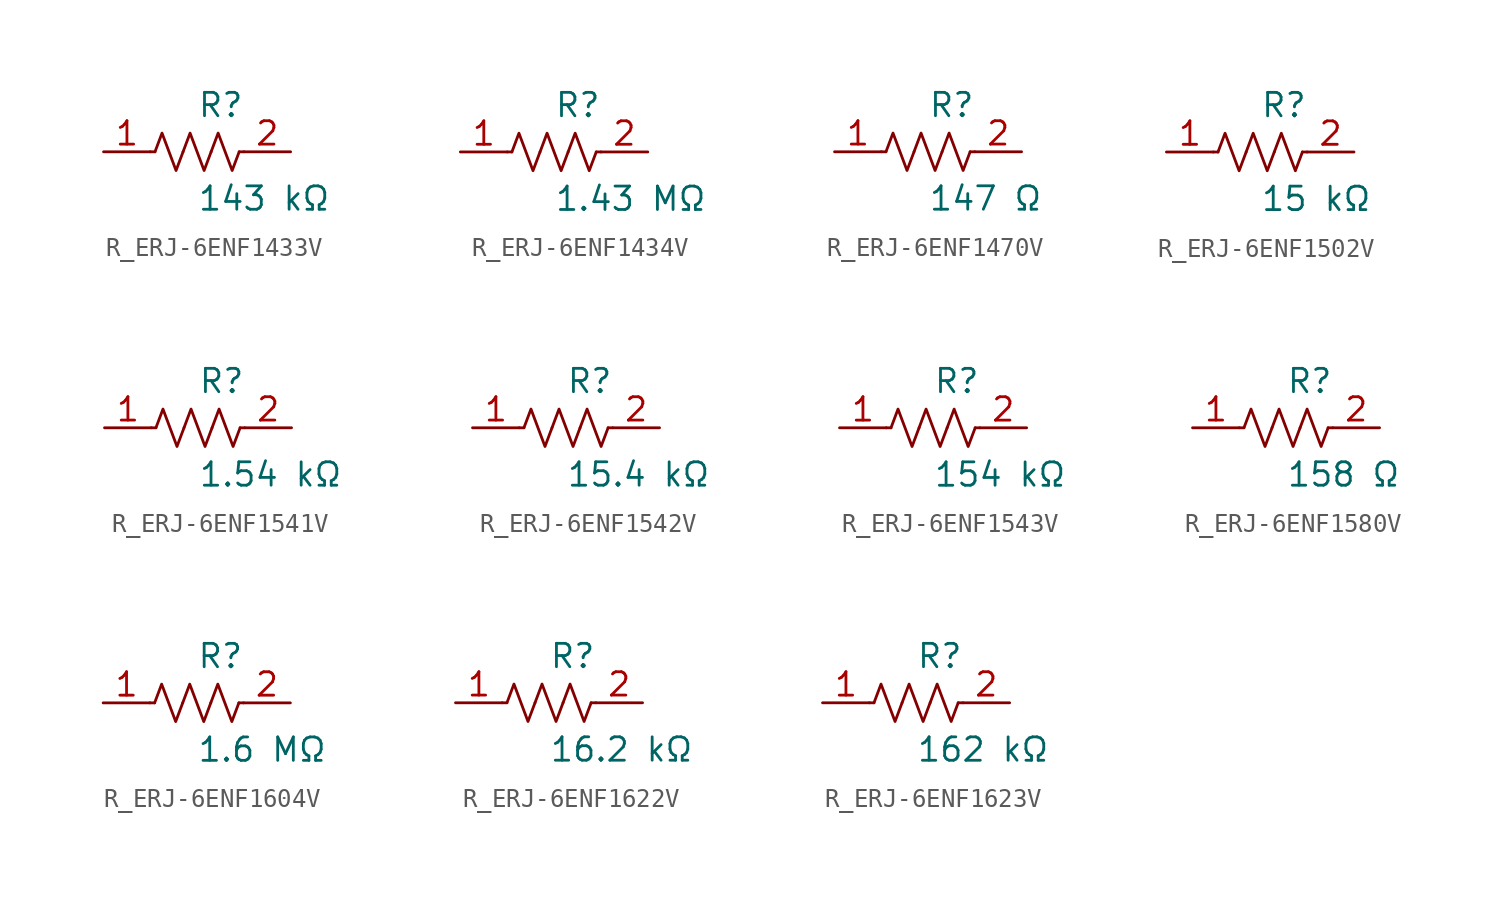
<source format=kicad_sym>
(kicad_symbol_lib
  (version 20231120)
  (generator kicad_symbol_editor)
  (generator_version 8.0)
  (symbol "R_ERJ-6ENF1433V"
    (pin_names
      (offset 0.254))
    (property "Reference" "R"
      (at 0.0 2.54 0)
      (effects (font (size 1.27 1.27)) (justify left)))
    (property "Value" "143 kΩ"
      (at 0.0 -2.54 0)
      (effects (font (size 1.27 1.27)) (justify left)))
    (symbol "R_ERJ-6ENF1433V_0_1"
      (polyline (pts (xy 2.286 0) (xy 2.54 0)) (stroke (width 0) (type default)) (fill (type none)))
      (polyline (pts (xy -2.286 0) (xy -2.54 0)) (stroke (width 0) (type default)) (fill (type none)))
      (polyline (pts (xy 0.762 0) (xy 1.143 1.016) (xy 1.524 0) (xy 1.905 -1.016) (xy 2.286 0)) (stroke (width 0) (type default)) (fill (type none)))
      (polyline (pts (xy -0.762 0) (xy -0.381 1.016) (xy 0 0) (xy 0.381 -1.016) (xy 0.762 0)) (stroke (width 0) (type default)) (fill (type none)))
      (polyline (pts (xy -2.286 0) (xy -1.905 1.016) (xy -1.524 0) (xy -1.143 -1.016) (xy -0.762 0)) (stroke (width 0) (type default)) (fill (type none))))
    (pin unspecified line
      (at -5.08 0 0)
      (length 2.54)
      (name "" (effects (font (size 1.27 1.27))))
      (number "1" (effects (font (size 1.27 1.27)))))
    (pin unspecified line
      (at 5.08 0 180)
      (length 2.54)
      (name "" (effects (font (size 1.27 1.27))))
      (number "2" (effects (font (size 1.27 1.27))))))
  (symbol "R_ERJ-6ENF1434V"
    (pin_names
      (offset 0.254))
    (property "Reference" "R"
      (at 0.0 2.54 0)
      (effects (font (size 1.27 1.27)) (justify left)))
    (property "Value" "1.43 MΩ"
      (at 0.0 -2.54 0)
      (effects (font (size 1.27 1.27)) (justify left)))
    (symbol "R_ERJ-6ENF1434V_0_1"
      (polyline (pts (xy 2.286 0) (xy 2.54 0)) (stroke (width 0) (type default)) (fill (type none)))
      (polyline (pts (xy -2.286 0) (xy -2.54 0)) (stroke (width 0) (type default)) (fill (type none)))
      (polyline (pts (xy 0.762 0) (xy 1.143 1.016) (xy 1.524 0) (xy 1.905 -1.016) (xy 2.286 0)) (stroke (width 0) (type default)) (fill (type none)))
      (polyline (pts (xy -0.762 0) (xy -0.381 1.016) (xy 0 0) (xy 0.381 -1.016) (xy 0.762 0)) (stroke (width 0) (type default)) (fill (type none)))
      (polyline (pts (xy -2.286 0) (xy -1.905 1.016) (xy -1.524 0) (xy -1.143 -1.016) (xy -0.762 0)) (stroke (width 0) (type default)) (fill (type none))))
    (pin unspecified line
      (at -5.08 0 0)
      (length 2.54)
      (name "" (effects (font (size 1.27 1.27))))
      (number "1" (effects (font (size 1.27 1.27)))))
    (pin unspecified line
      (at 5.08 0 180)
      (length 2.54)
      (name "" (effects (font (size 1.27 1.27))))
      (number "2" (effects (font (size 1.27 1.27))))))
  (symbol "R_ERJ-6ENF1470V"
    (pin_names
      (offset 0.254))
    (property "Reference" "R"
      (at 0.0 2.54 0)
      (effects (font (size 1.27 1.27)) (justify left)))
    (property "Value" "147 Ω"
      (at 0.0 -2.54 0)
      (effects (font (size 1.27 1.27)) (justify left)))
    (symbol "R_ERJ-6ENF1470V_0_1"
      (polyline (pts (xy 2.286 0) (xy 2.54 0)) (stroke (width 0) (type default)) (fill (type none)))
      (polyline (pts (xy -2.286 0) (xy -2.54 0)) (stroke (width 0) (type default)) (fill (type none)))
      (polyline (pts (xy 0.762 0) (xy 1.143 1.016) (xy 1.524 0) (xy 1.905 -1.016) (xy 2.286 0)) (stroke (width 0) (type default)) (fill (type none)))
      (polyline (pts (xy -0.762 0) (xy -0.381 1.016) (xy 0 0) (xy 0.381 -1.016) (xy 0.762 0)) (stroke (width 0) (type default)) (fill (type none)))
      (polyline (pts (xy -2.286 0) (xy -1.905 1.016) (xy -1.524 0) (xy -1.143 -1.016) (xy -0.762 0)) (stroke (width 0) (type default)) (fill (type none))))
    (pin unspecified line
      (at -5.08 0 0)
      (length 2.54)
      (name "" (effects (font (size 1.27 1.27))))
      (number "1" (effects (font (size 1.27 1.27)))))
    (pin unspecified line
      (at 5.08 0 180)
      (length 2.54)
      (name "" (effects (font (size 1.27 1.27))))
      (number "2" (effects (font (size 1.27 1.27))))))
  (symbol "R_ERJ-6ENF1502V"
    (pin_names
      (offset 0.254))
    (property "Reference" "R"
      (at 0.0 2.54 0)
      (effects (font (size 1.27 1.27)) (justify left)))
    (property "Value" "15 kΩ"
      (at 0.0 -2.54 0)
      (effects (font (size 1.27 1.27)) (justify left)))
    (symbol "R_ERJ-6ENF1502V_0_1"
      (polyline (pts (xy 2.286 0) (xy 2.54 0)) (stroke (width 0) (type default)) (fill (type none)))
      (polyline (pts (xy -2.286 0) (xy -2.54 0)) (stroke (width 0) (type default)) (fill (type none)))
      (polyline (pts (xy 0.762 0) (xy 1.143 1.016) (xy 1.524 0) (xy 1.905 -1.016) (xy 2.286 0)) (stroke (width 0) (type default)) (fill (type none)))
      (polyline (pts (xy -0.762 0) (xy -0.381 1.016) (xy 0 0) (xy 0.381 -1.016) (xy 0.762 0)) (stroke (width 0) (type default)) (fill (type none)))
      (polyline (pts (xy -2.286 0) (xy -1.905 1.016) (xy -1.524 0) (xy -1.143 -1.016) (xy -0.762 0)) (stroke (width 0) (type default)) (fill (type none))))
    (pin unspecified line
      (at -5.08 0 0)
      (length 2.54)
      (name "" (effects (font (size 1.27 1.27))))
      (number "1" (effects (font (size 1.27 1.27)))))
    (pin unspecified line
      (at 5.08 0 180)
      (length 2.54)
      (name "" (effects (font (size 1.27 1.27))))
      (number "2" (effects (font (size 1.27 1.27))))))
  (symbol "R_ERJ-6ENF1541V"
    (pin_names
      (offset 0.254))
    (property "Reference" "R"
      (at 0.0 2.54 0)
      (effects (font (size 1.27 1.27)) (justify left)))
    (property "Value" "1.54 kΩ"
      (at 0.0 -2.54 0)
      (effects (font (size 1.27 1.27)) (justify left)))
    (symbol "R_ERJ-6ENF1541V_0_1"
      (polyline (pts (xy 2.286 0) (xy 2.54 0)) (stroke (width 0) (type default)) (fill (type none)))
      (polyline (pts (xy -2.286 0) (xy -2.54 0)) (stroke (width 0) (type default)) (fill (type none)))
      (polyline (pts (xy 0.762 0) (xy 1.143 1.016) (xy 1.524 0) (xy 1.905 -1.016) (xy 2.286 0)) (stroke (width 0) (type default)) (fill (type none)))
      (polyline (pts (xy -0.762 0) (xy -0.381 1.016) (xy 0 0) (xy 0.381 -1.016) (xy 0.762 0)) (stroke (width 0) (type default)) (fill (type none)))
      (polyline (pts (xy -2.286 0) (xy -1.905 1.016) (xy -1.524 0) (xy -1.143 -1.016) (xy -0.762 0)) (stroke (width 0) (type default)) (fill (type none))))
    (pin unspecified line
      (at -5.08 0 0)
      (length 2.54)
      (name "" (effects (font (size 1.27 1.27))))
      (number "1" (effects (font (size 1.27 1.27)))))
    (pin unspecified line
      (at 5.08 0 180)
      (length 2.54)
      (name "" (effects (font (size 1.27 1.27))))
      (number "2" (effects (font (size 1.27 1.27))))))
  (symbol "R_ERJ-6ENF1542V"
    (pin_names
      (offset 0.254))
    (property "Reference" "R"
      (at 0.0 2.54 0)
      (effects (font (size 1.27 1.27)) (justify left)))
    (property "Value" "15.4 kΩ"
      (at 0.0 -2.54 0)
      (effects (font (size 1.27 1.27)) (justify left)))
    (symbol "R_ERJ-6ENF1542V_0_1"
      (polyline (pts (xy 2.286 0) (xy 2.54 0)) (stroke (width 0) (type default)) (fill (type none)))
      (polyline (pts (xy -2.286 0) (xy -2.54 0)) (stroke (width 0) (type default)) (fill (type none)))
      (polyline (pts (xy 0.762 0) (xy 1.143 1.016) (xy 1.524 0) (xy 1.905 -1.016) (xy 2.286 0)) (stroke (width 0) (type default)) (fill (type none)))
      (polyline (pts (xy -0.762 0) (xy -0.381 1.016) (xy 0 0) (xy 0.381 -1.016) (xy 0.762 0)) (stroke (width 0) (type default)) (fill (type none)))
      (polyline (pts (xy -2.286 0) (xy -1.905 1.016) (xy -1.524 0) (xy -1.143 -1.016) (xy -0.762 0)) (stroke (width 0) (type default)) (fill (type none))))
    (pin unspecified line
      (at -5.08 0 0)
      (length 2.54)
      (name "" (effects (font (size 1.27 1.27))))
      (number "1" (effects (font (size 1.27 1.27)))))
    (pin unspecified line
      (at 5.08 0 180)
      (length 2.54)
      (name "" (effects (font (size 1.27 1.27))))
      (number "2" (effects (font (size 1.27 1.27))))))
  (symbol "R_ERJ-6ENF1543V"
    (pin_names
      (offset 0.254))
    (property "Reference" "R"
      (at 0.0 2.54 0)
      (effects (font (size 1.27 1.27)) (justify left)))
    (property "Value" "154 kΩ"
      (at 0.0 -2.54 0)
      (effects (font (size 1.27 1.27)) (justify left)))
    (symbol "R_ERJ-6ENF1543V_0_1"
      (polyline (pts (xy 2.286 0) (xy 2.54 0)) (stroke (width 0) (type default)) (fill (type none)))
      (polyline (pts (xy -2.286 0) (xy -2.54 0)) (stroke (width 0) (type default)) (fill (type none)))
      (polyline (pts (xy 0.762 0) (xy 1.143 1.016) (xy 1.524 0) (xy 1.905 -1.016) (xy 2.286 0)) (stroke (width 0) (type default)) (fill (type none)))
      (polyline (pts (xy -0.762 0) (xy -0.381 1.016) (xy 0 0) (xy 0.381 -1.016) (xy 0.762 0)) (stroke (width 0) (type default)) (fill (type none)))
      (polyline (pts (xy -2.286 0) (xy -1.905 1.016) (xy -1.524 0) (xy -1.143 -1.016) (xy -0.762 0)) (stroke (width 0) (type default)) (fill (type none))))
    (pin unspecified line
      (at -5.08 0 0)
      (length 2.54)
      (name "" (effects (font (size 1.27 1.27))))
      (number "1" (effects (font (size 1.27 1.27)))))
    (pin unspecified line
      (at 5.08 0 180)
      (length 2.54)
      (name "" (effects (font (size 1.27 1.27))))
      (number "2" (effects (font (size 1.27 1.27))))))
  (symbol "R_ERJ-6ENF1580V"
    (pin_names
      (offset 0.254))
    (property "Reference" "R"
      (at 0.0 2.54 0)
      (effects (font (size 1.27 1.27)) (justify left)))
    (property "Value" "158 Ω"
      (at 0.0 -2.54 0)
      (effects (font (size 1.27 1.27)) (justify left)))
    (symbol "R_ERJ-6ENF1580V_0_1"
      (polyline (pts (xy 2.286 0) (xy 2.54 0)) (stroke (width 0) (type default)) (fill (type none)))
      (polyline (pts (xy -2.286 0) (xy -2.54 0)) (stroke (width 0) (type default)) (fill (type none)))
      (polyline (pts (xy 0.762 0) (xy 1.143 1.016) (xy 1.524 0) (xy 1.905 -1.016) (xy 2.286 0)) (stroke (width 0) (type default)) (fill (type none)))
      (polyline (pts (xy -0.762 0) (xy -0.381 1.016) (xy 0 0) (xy 0.381 -1.016) (xy 0.762 0)) (stroke (width 0) (type default)) (fill (type none)))
      (polyline (pts (xy -2.286 0) (xy -1.905 1.016) (xy -1.524 0) (xy -1.143 -1.016) (xy -0.762 0)) (stroke (width 0) (type default)) (fill (type none))))
    (pin unspecified line
      (at -5.08 0 0)
      (length 2.54)
      (name "" (effects (font (size 1.27 1.27))))
      (number "1" (effects (font (size 1.27 1.27)))))
    (pin unspecified line
      (at 5.08 0 180)
      (length 2.54)
      (name "" (effects (font (size 1.27 1.27))))
      (number "2" (effects (font (size 1.27 1.27))))))
  (symbol "R_ERJ-6ENF1604V"
    (pin_names
      (offset 0.254))
    (property "Reference" "R"
      (at 0.0 2.54 0)
      (effects (font (size 1.27 1.27)) (justify left)))
    (property "Value" "1.6 MΩ"
      (at 0.0 -2.54 0)
      (effects (font (size 1.27 1.27)) (justify left)))
    (symbol "R_ERJ-6ENF1604V_0_1"
      (polyline (pts (xy 2.286 0) (xy 2.54 0)) (stroke (width 0) (type default)) (fill (type none)))
      (polyline (pts (xy -2.286 0) (xy -2.54 0)) (stroke (width 0) (type default)) (fill (type none)))
      (polyline (pts (xy 0.762 0) (xy 1.143 1.016) (xy 1.524 0) (xy 1.905 -1.016) (xy 2.286 0)) (stroke (width 0) (type default)) (fill (type none)))
      (polyline (pts (xy -0.762 0) (xy -0.381 1.016) (xy 0 0) (xy 0.381 -1.016) (xy 0.762 0)) (stroke (width 0) (type default)) (fill (type none)))
      (polyline (pts (xy -2.286 0) (xy -1.905 1.016) (xy -1.524 0) (xy -1.143 -1.016) (xy -0.762 0)) (stroke (width 0) (type default)) (fill (type none))))
    (pin unspecified line
      (at -5.08 0 0)
      (length 2.54)
      (name "" (effects (font (size 1.27 1.27))))
      (number "1" (effects (font (size 1.27 1.27)))))
    (pin unspecified line
      (at 5.08 0 180)
      (length 2.54)
      (name "" (effects (font (size 1.27 1.27))))
      (number "2" (effects (font (size 1.27 1.27))))))
  (symbol "R_ERJ-6ENF1622V"
    (pin_names
      (offset 0.254))
    (property "Reference" "R"
      (at 0.0 2.54 0)
      (effects (font (size 1.27 1.27)) (justify left)))
    (property "Value" "16.2 kΩ"
      (at 0.0 -2.54 0)
      (effects (font (size 1.27 1.27)) (justify left)))
    (symbol "R_ERJ-6ENF1622V_0_1"
      (polyline (pts (xy 2.286 0) (xy 2.54 0)) (stroke (width 0) (type default)) (fill (type none)))
      (polyline (pts (xy -2.286 0) (xy -2.54 0)) (stroke (width 0) (type default)) (fill (type none)))
      (polyline (pts (xy 0.762 0) (xy 1.143 1.016) (xy 1.524 0) (xy 1.905 -1.016) (xy 2.286 0)) (stroke (width 0) (type default)) (fill (type none)))
      (polyline (pts (xy -0.762 0) (xy -0.381 1.016) (xy 0 0) (xy 0.381 -1.016) (xy 0.762 0)) (stroke (width 0) (type default)) (fill (type none)))
      (polyline (pts (xy -2.286 0) (xy -1.905 1.016) (xy -1.524 0) (xy -1.143 -1.016) (xy -0.762 0)) (stroke (width 0) (type default)) (fill (type none))))
    (pin unspecified line
      (at -5.08 0 0)
      (length 2.54)
      (name "" (effects (font (size 1.27 1.27))))
      (number "1" (effects (font (size 1.27 1.27)))))
    (pin unspecified line
      (at 5.08 0 180)
      (length 2.54)
      (name "" (effects (font (size 1.27 1.27))))
      (number "2" (effects (font (size 1.27 1.27))))))
  (symbol "R_ERJ-6ENF1623V"
    (pin_names
      (offset 0.254))
    (property "Reference" "R"
      (at 0.0 2.54 0)
      (effects (font (size 1.27 1.27)) (justify left)))
    (property "Value" "162 kΩ"
      (at 0.0 -2.54 0)
      (effects (font (size 1.27 1.27)) (justify left)))
    (symbol "R_ERJ-6ENF1623V_0_1"
      (polyline (pts (xy 2.286 0) (xy 2.54 0)) (stroke (width 0) (type default)) (fill (type none)))
      (polyline (pts (xy -2.286 0) (xy -2.54 0)) (stroke (width 0) (type default)) (fill (type none)))
      (polyline (pts (xy 0.762 0) (xy 1.143 1.016) (xy 1.524 0) (xy 1.905 -1.016) (xy 2.286 0)) (stroke (width 0) (type default)) (fill (type none)))
      (polyline (pts (xy -0.762 0) (xy -0.381 1.016) (xy 0 0) (xy 0.381 -1.016) (xy 0.762 0)) (stroke (width 0) (type default)) (fill (type none)))
      (polyline (pts (xy -2.286 0) (xy -1.905 1.016) (xy -1.524 0) (xy -1.143 -1.016) (xy -0.762 0)) (stroke (width 0) (type default)) (fill (type none))))
    (pin unspecified line
      (at -5.08 0 0)
      (length 2.54)
      (name "" (effects (font (size 1.27 1.27))))
      (number "1" (effects (font (size 1.27 1.27)))))
    (pin unspecified line
      (at 5.08 0 180)
      (length 2.54)
      (name "" (effects (font (size 1.27 1.27))))
      (number "2" (effects (font (size 1.27 1.27)))))))
</source>
